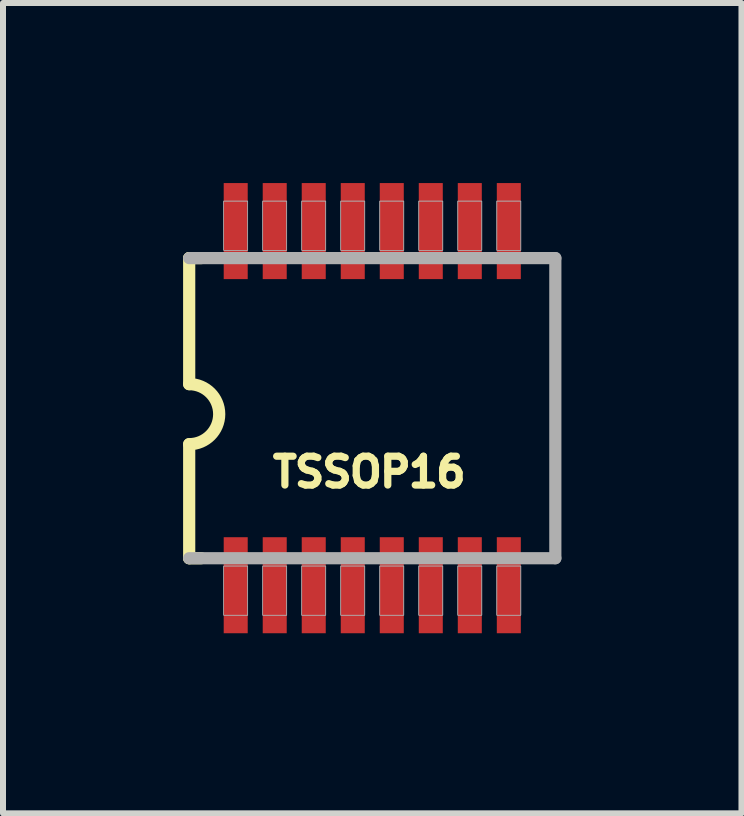
<source format=kicad_pcb>
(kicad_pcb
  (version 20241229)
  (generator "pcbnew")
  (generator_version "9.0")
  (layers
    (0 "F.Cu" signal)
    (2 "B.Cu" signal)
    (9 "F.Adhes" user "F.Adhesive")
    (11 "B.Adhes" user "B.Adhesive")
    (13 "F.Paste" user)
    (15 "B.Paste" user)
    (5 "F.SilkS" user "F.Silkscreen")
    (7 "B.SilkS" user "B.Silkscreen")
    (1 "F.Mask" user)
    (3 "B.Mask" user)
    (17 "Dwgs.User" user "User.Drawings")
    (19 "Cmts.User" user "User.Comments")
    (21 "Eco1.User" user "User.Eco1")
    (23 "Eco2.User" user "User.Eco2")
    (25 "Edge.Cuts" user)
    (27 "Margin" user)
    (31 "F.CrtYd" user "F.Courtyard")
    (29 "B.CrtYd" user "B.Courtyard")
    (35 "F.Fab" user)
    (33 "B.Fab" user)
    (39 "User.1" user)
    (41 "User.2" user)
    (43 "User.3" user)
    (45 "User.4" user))
  (footprint "TSSOP16"
    (layer "F.Cu")
    (at 3.102 3.85)
    (property "Reference" "TSSOP16" (at 0 0.965 0) (layer "F.SilkS") (effects (font (size 0.48 0.48) (thickness 0.15))))
    (attr through_hole)
    (fp_line (start -3 -2.6) (end -3 -0.5) (stroke (width 0.203) (type solid)) (layer "F.SilkS"))
    (fp_line (start -3 -2.6) (end -2.8 -2.6) (stroke (width 0.203) (type solid)) (layer "F.SilkS"))
    (fp_line (start -3 0.5) (end -3 2.4) (stroke (width 0.203) (type solid)) (layer "F.SilkS"))
    (fp_line (start -3 2.4) (end -2.8 2.4) (stroke (width 0.203) (type solid)) (layer "F.SilkS"))
    (fp_arc (start -3 -0.5) (mid -2.5 0) (end -3 0.5) (stroke (width 0.2032) (type solid)) (layer "F.SilkS"))
    (fp_line (start -3 -2.6) (end 3.1 -2.6) (stroke (width 0.203) (type solid)) (layer "F.Fab"))
    (fp_line (start 3.1 2.4) (end -3 2.4) (stroke (width 0.203) (type solid)) (layer "F.Fab"))
    (fp_line (start 3.1 2.4) (end 3.1 -2.6) (stroke (width 0.203) (type solid)) (layer "F.Fab"))
    (fp_poly (pts (xy -2.425 -3.55) (xy -2.025 -3.55) (xy -2.025 -2.73) (xy -2.425 -2.73)) (stroke (width 0.01) (type solid)) (fill no) (layer "F.Fab"))
    (fp_poly (pts (xy -2.425 -3.55) (xy -2.025 -3.55) (xy -2.025 -2.73) (xy -2.425 -2.73)) (stroke (width 0.01) (type solid)) (fill no) (layer "F.Fab"))
    (fp_poly (pts (xy -2.425 2.53) (xy -2.025 2.53) (xy -2.025 3.35) (xy -2.425 3.35)) (stroke (width 0.01) (type solid)) (fill no) (layer "F.Fab"))
    (fp_poly (pts (xy -2.425 2.53) (xy -2.025 2.53) (xy -2.025 3.35) (xy -2.425 3.35)) (stroke (width 0.01) (type solid)) (fill no) (layer "F.Fab"))
    (fp_poly (pts (xy -1.775 -3.55) (xy -1.375 -3.55) (xy -1.375 -2.73) (xy -1.775 -2.73)) (stroke (width 0.01) (type solid)) (fill no) (layer "F.Fab"))
    (fp_poly (pts (xy -1.775 -3.55) (xy -1.375 -3.55) (xy -1.375 -2.73) (xy -1.775 -2.73)) (stroke (width 0.01) (type solid)) (fill no) (layer "F.Fab"))
    (fp_poly (pts (xy -1.775 2.53) (xy -1.375 2.53) (xy -1.375 3.35) (xy -1.775 3.35)) (stroke (width 0.01) (type solid)) (fill no) (layer "F.Fab"))
    (fp_poly (pts (xy -1.775 2.53) (xy -1.375 2.53) (xy -1.375 3.35) (xy -1.775 3.35)) (stroke (width 0.01) (type solid)) (fill no) (layer "F.Fab"))
    (fp_poly (pts (xy -1.125 -3.55) (xy -0.725 -3.55) (xy -0.725 -2.73) (xy -1.125 -2.73)) (stroke (width 0.01) (type solid)) (fill no) (layer "F.Fab"))
    (fp_poly (pts (xy -1.125 -3.55) (xy -0.725 -3.55) (xy -0.725 -2.73) (xy -1.125 -2.73)) (stroke (width 0.01) (type solid)) (fill no) (layer "F.Fab"))
    (fp_poly (pts (xy -1.125 2.53) (xy -0.725 2.53) (xy -0.725 3.35) (xy -1.125 3.35)) (stroke (width 0.01) (type solid)) (fill no) (layer "F.Fab"))
    (fp_poly (pts (xy -1.125 2.53) (xy -0.725 2.53) (xy -0.725 3.35) (xy -1.125 3.35)) (stroke (width 0.01) (type solid)) (fill no) (layer "F.Fab"))
    (fp_poly (pts (xy -0.475 -3.55) (xy -0.075 -3.55) (xy -0.075 -2.73) (xy -0.475 -2.73)) (stroke (width 0.01) (type solid)) (fill no) (layer "F.Fab"))
    (fp_poly (pts (xy -0.475 -3.55) (xy -0.075 -3.55) (xy -0.075 -2.73) (xy -0.475 -2.73)) (stroke (width 0.01) (type solid)) (fill no) (layer "F.Fab"))
    (fp_poly (pts (xy -0.475 2.53) (xy -0.075 2.53) (xy -0.075 3.35) (xy -0.475 3.35)) (stroke (width 0.01) (type solid)) (fill no) (layer "F.Fab"))
    (fp_poly (pts (xy -0.475 2.53) (xy -0.075 2.53) (xy -0.075 3.35) (xy -0.475 3.35)) (stroke (width 0.01) (type solid)) (fill no) (layer "F.Fab"))
    (fp_poly (pts (xy 0.175 -3.55) (xy 0.575 -3.55) (xy 0.575 -2.73) (xy 0.175 -2.73)) (stroke (width 0.01) (type solid)) (fill no) (layer "F.Fab"))
    (fp_poly (pts (xy 0.175 -3.55) (xy 0.575 -3.55) (xy 0.575 -2.73) (xy 0.175 -2.73)) (stroke (width 0.01) (type solid)) (fill no) (layer "F.Fab"))
    (fp_poly (pts (xy 0.175 2.53) (xy 0.575 2.53) (xy 0.575 3.35) (xy 0.175 3.35)) (stroke (width 0.01) (type solid)) (fill no) (layer "F.Fab"))
    (fp_poly (pts (xy 0.175 2.53) (xy 0.575 2.53) (xy 0.575 3.35) (xy 0.175 3.35)) (stroke (width 0.01) (type solid)) (fill no) (layer "F.Fab"))
    (fp_poly (pts (xy 0.825 -3.55) (xy 1.225 -3.55) (xy 1.225 -2.73) (xy 0.825 -2.73)) (stroke (width 0.01) (type solid)) (fill no) (layer "F.Fab"))
    (fp_poly (pts (xy 0.825 -3.55) (xy 1.225 -3.55) (xy 1.225 -2.73) (xy 0.825 -2.73)) (stroke (width 0.01) (type solid)) (fill no) (layer "F.Fab"))
    (fp_poly (pts (xy 0.825 2.53) (xy 1.225 2.53) (xy 1.225 3.35) (xy 0.825 3.35)) (stroke (width 0.01) (type solid)) (fill no) (layer "F.Fab"))
    (fp_poly (pts (xy 0.825 2.53) (xy 1.225 2.53) (xy 1.225 3.35) (xy 0.825 3.35)) (stroke (width 0.01) (type solid)) (fill no) (layer "F.Fab"))
    (fp_poly (pts (xy 1.475 -3.55) (xy 1.875 -3.55) (xy 1.875 -2.73) (xy 1.475 -2.73)) (stroke (width 0.01) (type solid)) (fill no) (layer "F.Fab"))
    (fp_poly (pts (xy 1.475 -3.55) (xy 1.875 -3.55) (xy 1.875 -2.73) (xy 1.475 -2.73)) (stroke (width 0.01) (type solid)) (fill no) (layer "F.Fab"))
    (fp_poly (pts (xy 1.475 2.53) (xy 1.875 2.53) (xy 1.875 3.35) (xy 1.475 3.35)) (stroke (width 0.01) (type solid)) (fill no) (layer "F.Fab"))
    (fp_poly (pts (xy 1.475 2.53) (xy 1.875 2.53) (xy 1.875 3.35) (xy 1.475 3.35)) (stroke (width 0.01) (type solid)) (fill no) (layer "F.Fab"))
    (fp_poly (pts (xy 2.125 -3.55) (xy 2.525 -3.55) (xy 2.525 -2.73) (xy 2.125 -2.73)) (stroke (width 0.01) (type solid)) (fill no) (layer "F.Fab"))
    (fp_poly (pts (xy 2.125 -3.55) (xy 2.525 -3.55) (xy 2.525 -2.73) (xy 2.125 -2.73)) (stroke (width 0.01) (type solid)) (fill no) (layer "F.Fab"))
    (fp_poly (pts (xy 2.125 2.53) (xy 2.525 2.53) (xy 2.525 3.35) (xy 2.125 3.35)) (stroke (width 0.01) (type solid)) (fill no) (layer "F.Fab"))
    (fp_poly (pts (xy 2.125 2.53) (xy 2.525 2.53) (xy 2.525 3.35) (xy 2.125 3.35)) (stroke (width 0.01) (type solid)) (fill no) (layer "F.Fab"))
    (pad "1" smd rect (at -2.225 2.85) (size 0.4 1.6) (layers "F.Cu" "F.Mask" "F.Paste"))
    (pad "2" smd rect (at -1.575 2.85) (size 0.4 1.6) (layers "F.Cu" "F.Mask" "F.Paste"))
    (pad "3" smd rect (at -0.925 2.85) (size 0.4 1.6) (layers "F.Cu" "F.Mask" "F.Paste"))
    (pad "4" smd rect (at -0.275 2.85) (size 0.4 1.6) (layers "F.Cu" "F.Mask" "F.Paste"))
    (pad "5" smd rect (at 0.375 2.85) (size 0.4 1.6) (layers "F.Cu" "F.Mask" "F.Paste"))
    (pad "6" smd rect (at 1.025 2.85) (size 0.4 1.6) (layers "F.Cu" "F.Mask" "F.Paste"))
    (pad "7" smd rect (at 1.675 2.85) (size 0.4 1.6) (layers "F.Cu" "F.Mask" "F.Paste"))
    (pad "8" smd rect (at 2.325 2.85) (size 0.4 1.6) (layers "F.Cu" "F.Mask" "F.Paste"))
    (pad "9" smd rect (at 2.325 -3.05) (size 0.4 1.6) (layers "F.Cu" "F.Mask" "F.Paste"))
    (pad "10" smd rect (at 1.675 -3.05) (size 0.4 1.6) (layers "F.Cu" "F.Mask" "F.Paste"))
    (pad "11" smd rect (at 1.025 -3.05) (size 0.4 1.6) (layers "F.Cu" "F.Mask" "F.Paste"))
    (pad "12" smd rect (at 0.375 -3.05) (size 0.4 1.6) (layers "F.Cu" "F.Mask" "F.Paste"))
    (pad "13" smd rect (at -0.275 -3.05) (size 0.4 1.6) (layers "F.Cu" "F.Mask" "F.Paste"))
    (pad "14" smd rect (at -0.925 -3.05) (size 0.4 1.6) (layers "F.Cu" "F.Mask" "F.Paste"))
    (pad "15" smd rect (at -1.575 -3.05) (size 0.4 1.6) (layers "F.Cu" "F.Mask" "F.Paste"))
    (pad "16" smd rect (at -2.225 -3.05) (size 0.4 1.6) (layers "F.Cu" "F.Mask" "F.Paste")))
  (gr_rect
    (start -3 -3)
    (end 9.303 10.5)
    (stroke (width 0.1) (type default))
    (fill no)
    (layer "Edge.Cuts")))
</source>
